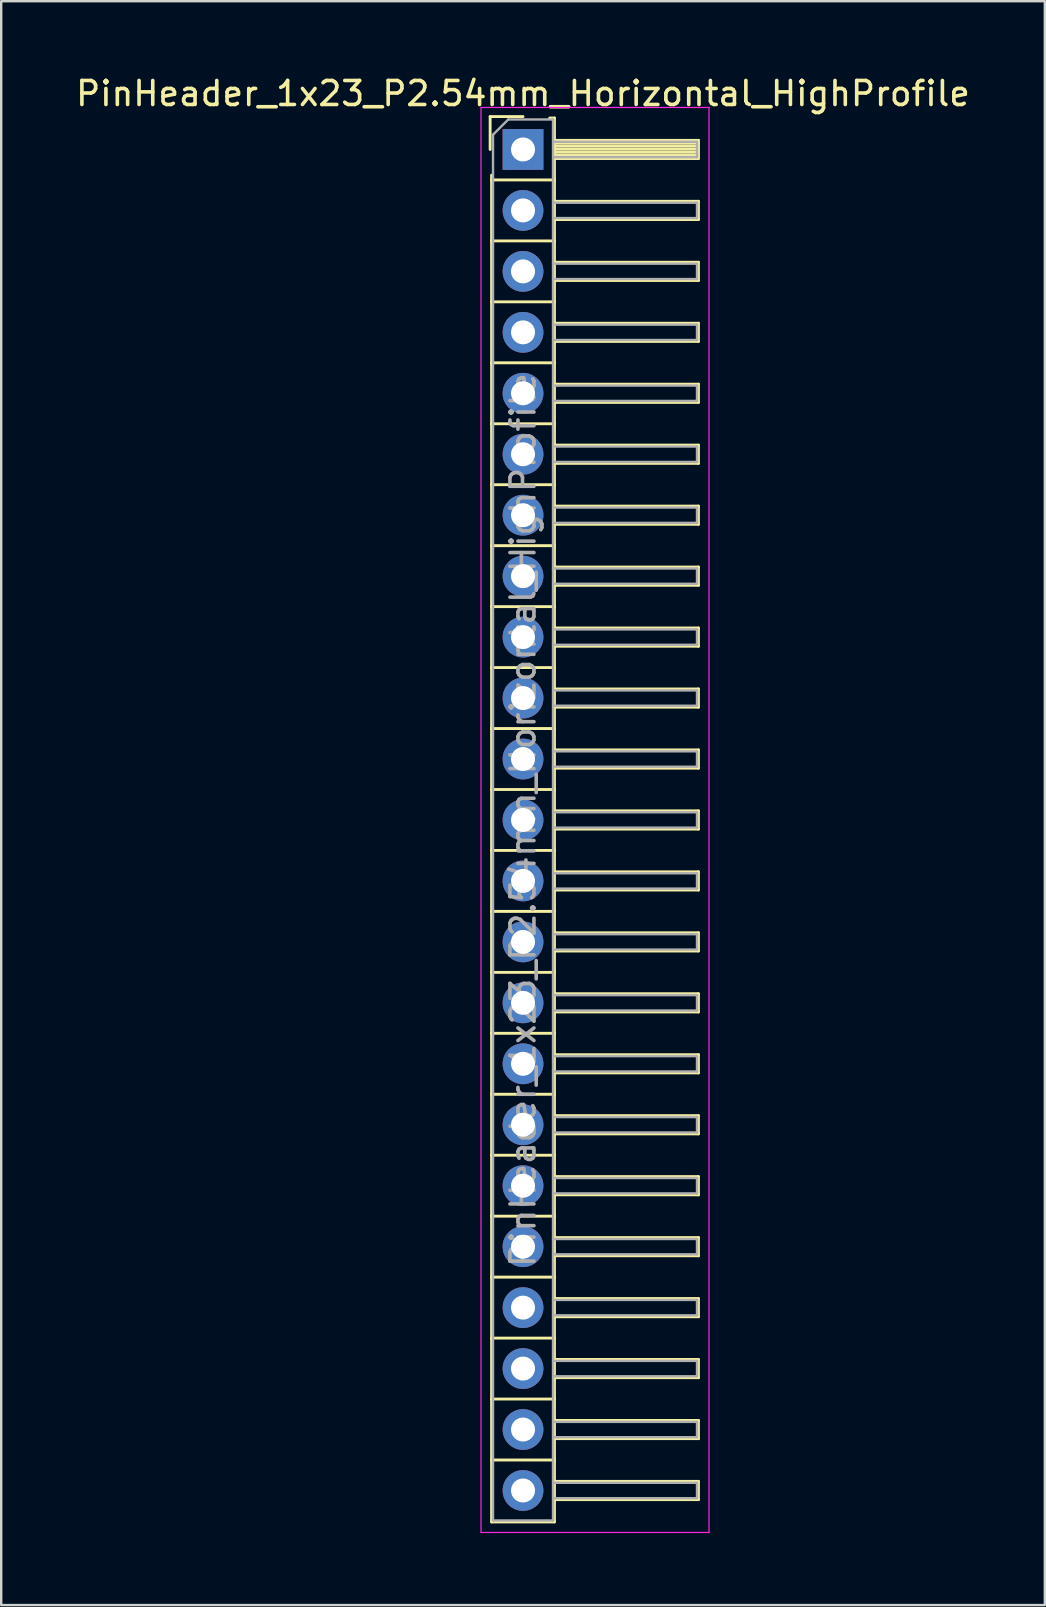
<source format=kicad_pcb>
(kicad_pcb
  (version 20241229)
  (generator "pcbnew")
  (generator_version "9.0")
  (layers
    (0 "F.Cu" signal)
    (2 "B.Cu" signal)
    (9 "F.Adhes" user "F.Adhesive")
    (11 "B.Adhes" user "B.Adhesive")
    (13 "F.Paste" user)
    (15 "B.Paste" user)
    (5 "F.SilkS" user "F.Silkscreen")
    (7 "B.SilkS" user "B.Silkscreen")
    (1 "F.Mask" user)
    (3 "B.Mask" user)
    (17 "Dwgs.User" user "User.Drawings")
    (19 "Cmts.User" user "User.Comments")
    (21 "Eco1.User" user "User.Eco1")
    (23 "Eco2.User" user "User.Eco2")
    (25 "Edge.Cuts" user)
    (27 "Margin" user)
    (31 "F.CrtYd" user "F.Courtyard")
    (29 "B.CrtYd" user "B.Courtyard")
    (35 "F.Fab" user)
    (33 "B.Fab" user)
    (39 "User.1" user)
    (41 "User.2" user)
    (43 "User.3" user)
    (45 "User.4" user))
  (footprint "PinHeader_1x23_P2.54mm_Horizontal_HighProfile"
    (layer "F.Cu")
    (at 18.744 3.178)
    (property "Reference" "PinHeader_1x23_P2.54mm_Horizontal_HighProfile" (at 0 -2.33 0) (layer "F.SilkS") (effects (font (size 1 1) (thickness 0.15))))
    (attr through_hole)
    (fp_line (start -1.37 -1.37) (end -1.37 0) (stroke (width 0.12) (type solid)) (layer "F.SilkS"))
    (fp_line (start -1.37 -1.37) (end 0 -1.37) (stroke (width 0.12) (type solid)) (layer "F.SilkS"))
    (fp_line (start -1.31 1.27) (end -1.31 1.07) (stroke (width 0.12) (type solid)) (layer "F.SilkS"))
    (fp_line (start -1.31 1.27) (end -1.31 3.81) (stroke (width 0.12) (type solid)) (layer "F.SilkS"))
    (fp_line (start -1.31 1.27) (end 1.31 1.27) (stroke (width 0.12) (type solid)) (layer "F.SilkS"))
    (fp_line (start -1.31 3.81) (end -1.31 6.35) (stroke (width 0.12) (type solid)) (layer "F.SilkS"))
    (fp_line (start -1.31 3.81) (end 1.31 3.81) (stroke (width 0.12) (type solid)) (layer "F.SilkS"))
    (fp_line (start -1.31 6.35) (end -1.31 8.89) (stroke (width 0.12) (type solid)) (layer "F.SilkS"))
    (fp_line (start -1.31 6.35) (end 1.31 6.35) (stroke (width 0.12) (type solid)) (layer "F.SilkS"))
    (fp_line (start -1.31 8.89) (end -1.31 11.43) (stroke (width 0.12) (type solid)) (layer "F.SilkS"))
    (fp_line (start -1.31 8.89) (end 1.31 8.89) (stroke (width 0.12) (type solid)) (layer "F.SilkS"))
    (fp_line (start -1.31 11.43) (end -1.31 13.97) (stroke (width 0.12) (type solid)) (layer "F.SilkS"))
    (fp_line (start -1.31 11.43) (end 1.31 11.43) (stroke (width 0.12) (type solid)) (layer "F.SilkS"))
    (fp_line (start -1.31 13.97) (end -1.31 16.51) (stroke (width 0.12) (type solid)) (layer "F.SilkS"))
    (fp_line (start -1.31 13.97) (end 1.31 13.97) (stroke (width 0.12) (type solid)) (layer "F.SilkS"))
    (fp_line (start -1.31 16.51) (end -1.31 19.05) (stroke (width 0.12) (type solid)) (layer "F.SilkS"))
    (fp_line (start -1.31 16.51) (end 1.31 16.51) (stroke (width 0.12) (type solid)) (layer "F.SilkS"))
    (fp_line (start -1.31 19.05) (end -1.31 21.59) (stroke (width 0.12) (type solid)) (layer "F.SilkS"))
    (fp_line (start -1.31 19.05) (end 1.31 19.05) (stroke (width 0.12) (type solid)) (layer "F.SilkS"))
    (fp_line (start -1.31 21.59) (end -1.31 24.13) (stroke (width 0.12) (type solid)) (layer "F.SilkS"))
    (fp_line (start -1.31 21.59) (end 1.31 21.59) (stroke (width 0.12) (type solid)) (layer "F.SilkS"))
    (fp_line (start -1.31 24.13) (end -1.31 26.67) (stroke (width 0.12) (type solid)) (layer "F.SilkS"))
    (fp_line (start -1.31 24.13) (end 1.31 24.13) (stroke (width 0.12) (type solid)) (layer "F.SilkS"))
    (fp_line (start -1.31 26.67) (end -1.31 29.21) (stroke (width 0.12) (type solid)) (layer "F.SilkS"))
    (fp_line (start -1.31 26.67) (end 1.31 26.67) (stroke (width 0.12) (type solid)) (layer "F.SilkS"))
    (fp_line (start -1.31 29.21) (end -1.31 31.75) (stroke (width 0.12) (type solid)) (layer "F.SilkS"))
    (fp_line (start -1.31 29.21) (end 1.31 29.21) (stroke (width 0.12) (type solid)) (layer "F.SilkS"))
    (fp_line (start -1.31 31.75) (end -1.31 34.29) (stroke (width 0.12) (type solid)) (layer "F.SilkS"))
    (fp_line (start -1.31 31.75) (end 1.31 31.75) (stroke (width 0.12) (type solid)) (layer "F.SilkS"))
    (fp_line (start -1.31 34.29) (end -1.31 36.83) (stroke (width 0.12) (type solid)) (layer "F.SilkS"))
    (fp_line (start -1.31 34.29) (end 1.31 34.29) (stroke (width 0.12) (type solid)) (layer "F.SilkS"))
    (fp_line (start -1.31 36.83) (end -1.31 39.37) (stroke (width 0.12) (type solid)) (layer "F.SilkS"))
    (fp_line (start -1.31 36.83) (end 1.31 36.83) (stroke (width 0.12) (type solid)) (layer "F.SilkS"))
    (fp_line (start -1.31 39.37) (end -1.31 41.91) (stroke (width 0.12) (type solid)) (layer "F.SilkS"))
    (fp_line (start -1.31 39.37) (end 1.31 39.37) (stroke (width 0.12) (type solid)) (layer "F.SilkS"))
    (fp_line (start -1.31 41.91) (end -1.31 44.45) (stroke (width 0.12) (type solid)) (layer "F.SilkS"))
    (fp_line (start -1.31 41.91) (end 1.31 41.91) (stroke (width 0.12) (type solid)) (layer "F.SilkS"))
    (fp_line (start -1.31 44.45) (end -1.31 46.99) (stroke (width 0.12) (type solid)) (layer "F.SilkS"))
    (fp_line (start -1.31 44.45) (end 1.31 44.45) (stroke (width 0.12) (type solid)) (layer "F.SilkS"))
    (fp_line (start -1.31 46.99) (end -1.31 49.53) (stroke (width 0.12) (type solid)) (layer "F.SilkS"))
    (fp_line (start -1.31 46.99) (end 1.31 46.99) (stroke (width 0.12) (type solid)) (layer "F.SilkS"))
    (fp_line (start -1.31 49.53) (end -1.31 52.07) (stroke (width 0.12) (type solid)) (layer "F.SilkS"))
    (fp_line (start -1.31 49.53) (end 1.31 49.53) (stroke (width 0.12) (type solid)) (layer "F.SilkS"))
    (fp_line (start -1.31 52.07) (end -1.31 54.61) (stroke (width 0.12) (type solid)) (layer "F.SilkS"))
    (fp_line (start -1.31 52.07) (end 1.31 52.07) (stroke (width 0.12) (type solid)) (layer "F.SilkS"))
    (fp_line (start -1.31 54.61) (end -1.31 57.19) (stroke (width 0.12) (type solid)) (layer "F.SilkS"))
    (fp_line (start -1.31 54.61) (end 1.31 54.61) (stroke (width 0.12) (type solid)) (layer "F.SilkS"))
    (fp_line (start -1.31 57.19) (end 1.31 57.19) (stroke (width 0.12) (type solid)) (layer "F.SilkS"))
    (fp_line (start 1.11 -1.31) (end 1.31 -1.31) (stroke (width 0.12) (type solid)) (layer "F.SilkS"))
    (fp_line (start 1.31 -1.31) (end 1.31 1.31) (stroke (width 0.12) (type solid)) (layer "F.SilkS"))
    (fp_line (start 1.31 -0.38) (end 7.31 -0.38) (stroke (width 0.12) (type solid)) (layer "F.SilkS"))
    (fp_line (start 1.31 -0.26) (end 7.31 -0.26) (stroke (width 0.12) (type solid)) (layer "F.SilkS"))
    (fp_line (start 1.31 -0.14) (end 7.31 -0.14) (stroke (width 0.12) (type solid)) (layer "F.SilkS"))
    (fp_line (start 1.31 -0.02) (end 7.31 -0.02) (stroke (width 0.12) (type solid)) (layer "F.SilkS"))
    (fp_line (start 1.31 0.1) (end 7.31 0.1) (stroke (width 0.12) (type solid)) (layer "F.SilkS"))
    (fp_line (start 1.31 0.22) (end 7.31 0.22) (stroke (width 0.12) (type solid)) (layer "F.SilkS"))
    (fp_line (start 1.31 0.34) (end 7.31 0.34) (stroke (width 0.12) (type solid)) (layer "F.SilkS"))
    (fp_line (start 1.31 0.38) (end 7.31 0.38) (stroke (width 0.12) (type solid)) (layer "F.SilkS"))
    (fp_line (start 1.31 1.27) (end 1.31 3.81) (stroke (width 0.12) (type solid)) (layer "F.SilkS"))
    (fp_line (start 1.31 2.16) (end 7.31 2.16) (stroke (width 0.12) (type solid)) (layer "F.SilkS"))
    (fp_line (start 1.31 2.92) (end 7.31 2.92) (stroke (width 0.12) (type solid)) (layer "F.SilkS"))
    (fp_line (start 1.31 3.81) (end 1.31 6.35) (stroke (width 0.12) (type solid)) (layer "F.SilkS"))
    (fp_line (start 1.31 4.7) (end 7.31 4.7) (stroke (width 0.12) (type solid)) (layer "F.SilkS"))
    (fp_line (start 1.31 5.46) (end 7.31 5.46) (stroke (width 0.12) (type solid)) (layer "F.SilkS"))
    (fp_line (start 1.31 6.35) (end 1.31 8.89) (stroke (width 0.12) (type solid)) (layer "F.SilkS"))
    (fp_line (start 1.31 7.24) (end 7.31 7.24) (stroke (width 0.12) (type solid)) (layer "F.SilkS"))
    (fp_line (start 1.31 8) (end 7.31 8) (stroke (width 0.12) (type solid)) (layer "F.SilkS"))
    (fp_line (start 1.31 8.89) (end 1.31 11.43) (stroke (width 0.12) (type solid)) (layer "F.SilkS"))
    (fp_line (start 1.31 9.78) (end 7.31 9.78) (stroke (width 0.12) (type solid)) (layer "F.SilkS"))
    (fp_line (start 1.31 10.54) (end 7.31 10.54) (stroke (width 0.12) (type solid)) (layer "F.SilkS"))
    (fp_line (start 1.31 11.43) (end 1.31 13.97) (stroke (width 0.12) (type solid)) (layer "F.SilkS"))
    (fp_line (start 1.31 12.32) (end 7.31 12.32) (stroke (width 0.12) (type solid)) (layer "F.SilkS"))
    (fp_line (start 1.31 13.08) (end 7.31 13.08) (stroke (width 0.12) (type solid)) (layer "F.SilkS"))
    (fp_line (start 1.31 13.97) (end 1.31 16.51) (stroke (width 0.12) (type solid)) (layer "F.SilkS"))
    (fp_line (start 1.31 14.86) (end 7.31 14.86) (stroke (width 0.12) (type solid)) (layer "F.SilkS"))
    (fp_line (start 1.31 15.62) (end 7.31 15.62) (stroke (width 0.12) (type solid)) (layer "F.SilkS"))
    (fp_line (start 1.31 16.51) (end 1.31 19.05) (stroke (width 0.12) (type solid)) (layer "F.SilkS"))
    (fp_line (start 1.31 17.4) (end 7.31 17.4) (stroke (width 0.12) (type solid)) (layer "F.SilkS"))
    (fp_line (start 1.31 18.16) (end 7.31 18.16) (stroke (width 0.12) (type solid)) (layer "F.SilkS"))
    (fp_line (start 1.31 19.05) (end 1.31 21.59) (stroke (width 0.12) (type solid)) (layer "F.SilkS"))
    (fp_line (start 1.31 19.94) (end 7.31 19.94) (stroke (width 0.12) (type solid)) (layer "F.SilkS"))
    (fp_line (start 1.31 20.7) (end 7.31 20.7) (stroke (width 0.12) (type solid)) (layer "F.SilkS"))
    (fp_line (start 1.31 21.59) (end 1.31 24.13) (stroke (width 0.12) (type solid)) (layer "F.SilkS"))
    (fp_line (start 1.31 22.48) (end 7.31 22.48) (stroke (width 0.12) (type solid)) (layer "F.SilkS"))
    (fp_line (start 1.31 23.24) (end 7.31 23.24) (stroke (width 0.12) (type solid)) (layer "F.SilkS"))
    (fp_line (start 1.31 24.13) (end 1.31 26.67) (stroke (width 0.12) (type solid)) (layer "F.SilkS"))
    (fp_line (start 1.31 25.02) (end 7.31 25.02) (stroke (width 0.12) (type solid)) (layer "F.SilkS"))
    (fp_line (start 1.31 25.78) (end 7.31 25.78) (stroke (width 0.12) (type solid)) (layer "F.SilkS"))
    (fp_line (start 1.31 26.67) (end 1.31 29.21) (stroke (width 0.12) (type solid)) (layer "F.SilkS"))
    (fp_line (start 1.31 27.56) (end 7.31 27.56) (stroke (width 0.12) (type solid)) (layer "F.SilkS"))
    (fp_line (start 1.31 28.32) (end 7.31 28.32) (stroke (width 0.12) (type solid)) (layer "F.SilkS"))
    (fp_line (start 1.31 29.21) (end 1.31 31.75) (stroke (width 0.12) (type solid)) (layer "F.SilkS"))
    (fp_line (start 1.31 30.1) (end 7.31 30.1) (stroke (width 0.12) (type solid)) (layer "F.SilkS"))
    (fp_line (start 1.31 30.86) (end 7.31 30.86) (stroke (width 0.12) (type solid)) (layer "F.SilkS"))
    (fp_line (start 1.31 31.75) (end 1.31 34.29) (stroke (width 0.12) (type solid)) (layer "F.SilkS"))
    (fp_line (start 1.31 32.64) (end 7.31 32.64) (stroke (width 0.12) (type solid)) (layer "F.SilkS"))
    (fp_line (start 1.31 33.4) (end 7.31 33.4) (stroke (width 0.12) (type solid)) (layer "F.SilkS"))
    (fp_line (start 1.31 34.29) (end 1.31 36.83) (stroke (width 0.12) (type solid)) (layer "F.SilkS"))
    (fp_line (start 1.31 35.18) (end 7.31 35.18) (stroke (width 0.12) (type solid)) (layer "F.SilkS"))
    (fp_line (start 1.31 35.94) (end 7.31 35.94) (stroke (width 0.12) (type solid)) (layer "F.SilkS"))
    (fp_line (start 1.31 36.83) (end 1.31 39.37) (stroke (width 0.12) (type solid)) (layer "F.SilkS"))
    (fp_line (start 1.31 37.72) (end 7.31 37.72) (stroke (width 0.12) (type solid)) (layer "F.SilkS"))
    (fp_line (start 1.31 38.48) (end 7.31 38.48) (stroke (width 0.12) (type solid)) (layer "F.SilkS"))
    (fp_line (start 1.31 39.37) (end 1.31 41.91) (stroke (width 0.12) (type solid)) (layer "F.SilkS"))
    (fp_line (start 1.31 40.26) (end 7.31 40.26) (stroke (width 0.12) (type solid)) (layer "F.SilkS"))
    (fp_line (start 1.31 41.02) (end 7.31 41.02) (stroke (width 0.12) (type solid)) (layer "F.SilkS"))
    (fp_line (start 1.31 41.91) (end 1.31 44.45) (stroke (width 0.12) (type solid)) (layer "F.SilkS"))
    (fp_line (start 1.31 42.8) (end 7.31 42.8) (stroke (width 0.12) (type solid)) (layer "F.SilkS"))
    (fp_line (start 1.31 43.56) (end 7.31 43.56) (stroke (width 0.12) (type solid)) (layer "F.SilkS"))
    (fp_line (start 1.31 44.45) (end 1.31 46.99) (stroke (width 0.12) (type solid)) (layer "F.SilkS"))
    (fp_line (start 1.31 45.34) (end 7.31 45.34) (stroke (width 0.12) (type solid)) (layer "F.SilkS"))
    (fp_line (start 1.31 46.1) (end 7.31 46.1) (stroke (width 0.12) (type solid)) (layer "F.SilkS"))
    (fp_line (start 1.31 46.99) (end 1.31 49.53) (stroke (width 0.12) (type solid)) (layer "F.SilkS"))
    (fp_line (start 1.31 47.88) (end 7.31 47.88) (stroke (width 0.12) (type solid)) (layer "F.SilkS"))
    (fp_line (start 1.31 48.64) (end 7.31 48.64) (stroke (width 0.12) (type solid)) (layer "F.SilkS"))
    (fp_line (start 1.31 49.53) (end 1.31 52.07) (stroke (width 0.12) (type solid)) (layer "F.SilkS"))
    (fp_line (start 1.31 50.42) (end 7.31 50.42) (stroke (width 0.12) (type solid)) (layer "F.SilkS"))
    (fp_line (start 1.31 51.18) (end 7.31 51.18) (stroke (width 0.12) (type solid)) (layer "F.SilkS"))
    (fp_line (start 1.31 52.07) (end 1.31 54.61) (stroke (width 0.12) (type solid)) (layer "F.SilkS"))
    (fp_line (start 1.31 52.96) (end 7.31 52.96) (stroke (width 0.12) (type solid)) (layer "F.SilkS"))
    (fp_line (start 1.31 53.72) (end 7.31 53.72) (stroke (width 0.12) (type solid)) (layer "F.SilkS"))
    (fp_line (start 1.31 54.61) (end 1.31 57.19) (stroke (width 0.12) (type solid)) (layer "F.SilkS"))
    (fp_line (start 1.31 55.5) (end 7.31 55.5) (stroke (width 0.12) (type solid)) (layer "F.SilkS"))
    (fp_line (start 1.31 56.26) (end 7.31 56.26) (stroke (width 0.12) (type solid)) (layer "F.SilkS"))
    (fp_line (start 7.31 -0.38) (end 7.31 0.38) (stroke (width 0.12) (type solid)) (layer "F.SilkS"))
    (fp_line (start 7.31 2.16) (end 7.31 2.92) (stroke (width 0.12) (type solid)) (layer "F.SilkS"))
    (fp_line (start 7.31 4.7) (end 7.31 5.46) (stroke (width 0.12) (type solid)) (layer "F.SilkS"))
    (fp_line (start 7.31 7.24) (end 7.31 8) (stroke (width 0.12) (type solid)) (layer "F.SilkS"))
    (fp_line (start 7.31 9.78) (end 7.31 10.54) (stroke (width 0.12) (type solid)) (layer "F.SilkS"))
    (fp_line (start 7.31 12.32) (end 7.31 13.08) (stroke (width 0.12) (type solid)) (layer "F.SilkS"))
    (fp_line (start 7.31 14.86) (end 7.31 15.62) (stroke (width 0.12) (type solid)) (layer "F.SilkS"))
    (fp_line (start 7.31 17.4) (end 7.31 18.16) (stroke (width 0.12) (type solid)) (layer "F.SilkS"))
    (fp_line (start 7.31 19.94) (end 7.31 20.7) (stroke (width 0.12) (type solid)) (layer "F.SilkS"))
    (fp_line (start 7.31 22.48) (end 7.31 23.24) (stroke (width 0.12) (type solid)) (layer "F.SilkS"))
    (fp_line (start 7.31 25.02) (end 7.31 25.78) (stroke (width 0.12) (type solid)) (layer "F.SilkS"))
    (fp_line (start 7.31 27.56) (end 7.31 28.32) (stroke (width 0.12) (type solid)) (layer "F.SilkS"))
    (fp_line (start 7.31 30.1) (end 7.31 30.86) (stroke (width 0.12) (type solid)) (layer "F.SilkS"))
    (fp_line (start 7.31 32.64) (end 7.31 33.4) (stroke (width 0.12) (type solid)) (layer "F.SilkS"))
    (fp_line (start 7.31 35.18) (end 7.31 35.94) (stroke (width 0.12) (type solid)) (layer "F.SilkS"))
    (fp_line (start 7.31 37.72) (end 7.31 38.48) (stroke (width 0.12) (type solid)) (layer "F.SilkS"))
    (fp_line (start 7.31 40.26) (end 7.31 41.02) (stroke (width 0.12) (type solid)) (layer "F.SilkS"))
    (fp_line (start 7.31 42.8) (end 7.31 43.56) (stroke (width 0.12) (type solid)) (layer "F.SilkS"))
    (fp_line (start 7.31 45.34) (end 7.31 46.1) (stroke (width 0.12) (type solid)) (layer "F.SilkS"))
    (fp_line (start 7.31 47.88) (end 7.31 48.64) (stroke (width 0.12) (type solid)) (layer "F.SilkS"))
    (fp_line (start 7.31 50.42) (end 7.31 51.18) (stroke (width 0.12) (type solid)) (layer "F.SilkS"))
    (fp_line (start 7.31 52.96) (end 7.31 53.72) (stroke (width 0.12) (type solid)) (layer "F.SilkS"))
    (fp_line (start 7.31 55.5) (end 7.31 56.26) (stroke (width 0.12) (type solid)) (layer "F.SilkS"))
    (fp_line (start -1.75 -1.75) (end -1.75 57.63) (stroke (width 0.05) (type solid)) (layer "F.CrtYd"))
    (fp_line (start -1.75 -1.75) (end 7.75 -1.75) (stroke (width 0.05) (type solid)) (layer "F.CrtYd"))
    (fp_line (start -1.75 57.63) (end 7.75 57.63) (stroke (width 0.05) (type solid)) (layer "F.CrtYd"))
    (fp_line (start 7.75 -1.75) (end 7.75 57.63) (stroke (width 0.05) (type solid)) (layer "F.CrtYd"))
    (fp_line (start -1.25 -0.615) (end -1.25 57.13) (stroke (width 0.1) (type solid)) (layer "F.Fab"))
    (fp_line (start -1.25 -0.615) (end -0.615 -1.25) (stroke (width 0.1) (type solid)) (layer "F.Fab"))
    (fp_line (start -1.25 57.13) (end 1.25 57.13) (stroke (width 0.1) (type solid)) (layer "F.Fab"))
    (fp_line (start -0.615 -1.25) (end 1.25 -1.25) (stroke (width 0.1) (type solid)) (layer "F.Fab"))
    (fp_line (start 1.25 -1.25) (end 1.25 57.13) (stroke (width 0.1) (type solid)) (layer "F.Fab"))
    (fp_line (start 1.25 -0.32) (end 7.25 -0.32) (stroke (width 0.1) (type solid)) (layer "F.Fab"))
    (fp_line (start 1.25 0.32) (end 7.25 0.32) (stroke (width 0.1) (type solid)) (layer "F.Fab"))
    (fp_line (start 1.25 2.22) (end 7.25 2.22) (stroke (width 0.1) (type solid)) (layer "F.Fab"))
    (fp_line (start 1.25 2.86) (end 7.25 2.86) (stroke (width 0.1) (type solid)) (layer "F.Fab"))
    (fp_line (start 1.25 4.76) (end 7.25 4.76) (stroke (width 0.1) (type solid)) (layer "F.Fab"))
    (fp_line (start 1.25 5.4) (end 7.25 5.4) (stroke (width 0.1) (type solid)) (layer "F.Fab"))
    (fp_line (start 1.25 7.3) (end 7.25 7.3) (stroke (width 0.1) (type solid)) (layer "F.Fab"))
    (fp_line (start 1.25 7.94) (end 7.25 7.94) (stroke (width 0.1) (type solid)) (layer "F.Fab"))
    (fp_line (start 1.25 9.84) (end 7.25 9.84) (stroke (width 0.1) (type solid)) (layer "F.Fab"))
    (fp_line (start 1.25 10.48) (end 7.25 10.48) (stroke (width 0.1) (type solid)) (layer "F.Fab"))
    (fp_line (start 1.25 12.38) (end 7.25 12.38) (stroke (width 0.1) (type solid)) (layer "F.Fab"))
    (fp_line (start 1.25 13.02) (end 7.25 13.02) (stroke (width 0.1) (type solid)) (layer "F.Fab"))
    (fp_line (start 1.25 14.92) (end 7.25 14.92) (stroke (width 0.1) (type solid)) (layer "F.Fab"))
    (fp_line (start 1.25 15.56) (end 7.25 15.56) (stroke (width 0.1) (type solid)) (layer "F.Fab"))
    (fp_line (start 1.25 17.46) (end 7.25 17.46) (stroke (width 0.1) (type solid)) (layer "F.Fab"))
    (fp_line (start 1.25 18.1) (end 7.25 18.1) (stroke (width 0.1) (type solid)) (layer "F.Fab"))
    (fp_line (start 1.25 20) (end 7.25 20) (stroke (width 0.1) (type solid)) (layer "F.Fab"))
    (fp_line (start 1.25 20.64) (end 7.25 20.64) (stroke (width 0.1) (type solid)) (layer "F.Fab"))
    (fp_line (start 1.25 22.54) (end 7.25 22.54) (stroke (width 0.1) (type solid)) (layer "F.Fab"))
    (fp_line (start 1.25 23.18) (end 7.25 23.18) (stroke (width 0.1) (type solid)) (layer "F.Fab"))
    (fp_line (start 1.25 25.08) (end 7.25 25.08) (stroke (width 0.1) (type solid)) (layer "F.Fab"))
    (fp_line (start 1.25 25.72) (end 7.25 25.72) (stroke (width 0.1) (type solid)) (layer "F.Fab"))
    (fp_line (start 1.25 27.62) (end 7.25 27.62) (stroke (width 0.1) (type solid)) (layer "F.Fab"))
    (fp_line (start 1.25 28.26) (end 7.25 28.26) (stroke (width 0.1) (type solid)) (layer "F.Fab"))
    (fp_line (start 1.25 30.16) (end 7.25 30.16) (stroke (width 0.1) (type solid)) (layer "F.Fab"))
    (fp_line (start 1.25 30.8) (end 7.25 30.8) (stroke (width 0.1) (type solid)) (layer "F.Fab"))
    (fp_line (start 1.25 32.7) (end 7.25 32.7) (stroke (width 0.1) (type solid)) (layer "F.Fab"))
    (fp_line (start 1.25 33.34) (end 7.25 33.34) (stroke (width 0.1) (type solid)) (layer "F.Fab"))
    (fp_line (start 1.25 35.24) (end 7.25 35.24) (stroke (width 0.1) (type solid)) (layer "F.Fab"))
    (fp_line (start 1.25 35.88) (end 7.25 35.88) (stroke (width 0.1) (type solid)) (layer "F.Fab"))
    (fp_line (start 1.25 37.78) (end 7.25 37.78) (stroke (width 0.1) (type solid)) (layer "F.Fab"))
    (fp_line (start 1.25 38.42) (end 7.25 38.42) (stroke (width 0.1) (type solid)) (layer "F.Fab"))
    (fp_line (start 1.25 40.32) (end 7.25 40.32) (stroke (width 0.1) (type solid)) (layer "F.Fab"))
    (fp_line (start 1.25 40.96) (end 7.25 40.96) (stroke (width 0.1) (type solid)) (layer "F.Fab"))
    (fp_line (start 1.25 42.86) (end 7.25 42.86) (stroke (width 0.1) (type solid)) (layer "F.Fab"))
    (fp_line (start 1.25 43.5) (end 7.25 43.5) (stroke (width 0.1) (type solid)) (layer "F.Fab"))
    (fp_line (start 1.25 45.4) (end 7.25 45.4) (stroke (width 0.1) (type solid)) (layer "F.Fab"))
    (fp_line (start 1.25 46.04) (end 7.25 46.04) (stroke (width 0.1) (type solid)) (layer "F.Fab"))
    (fp_line (start 1.25 47.94) (end 7.25 47.94) (stroke (width 0.1) (type solid)) (layer "F.Fab"))
    (fp_line (start 1.25 48.58) (end 7.25 48.58) (stroke (width 0.1) (type solid)) (layer "F.Fab"))
    (fp_line (start 1.25 50.48) (end 7.25 50.48) (stroke (width 0.1) (type solid)) (layer "F.Fab"))
    (fp_line (start 1.25 51.12) (end 7.25 51.12) (stroke (width 0.1) (type solid)) (layer "F.Fab"))
    (fp_line (start 1.25 53.02) (end 7.25 53.02) (stroke (width 0.1) (type solid)) (layer "F.Fab"))
    (fp_line (start 1.25 53.66) (end 7.25 53.66) (stroke (width 0.1) (type solid)) (layer "F.Fab"))
    (fp_line (start 1.25 55.56) (end 7.25 55.56) (stroke (width 0.1) (type solid)) (layer "F.Fab"))
    (fp_line (start 1.25 56.2) (end 7.25 56.2) (stroke (width 0.1) (type solid)) (layer "F.Fab"))
    (fp_line (start 7.25 -0.32) (end 7.25 0.32) (stroke (width 0.1) (type solid)) (layer "F.Fab"))
    (fp_line (start 7.25 2.22) (end 7.25 2.86) (stroke (width 0.1) (type solid)) (layer "F.Fab"))
    (fp_line (start 7.25 4.76) (end 7.25 5.4) (stroke (width 0.1) (type solid)) (layer "F.Fab"))
    (fp_line (start 7.25 7.3) (end 7.25 7.94) (stroke (width 0.1) (type solid)) (layer "F.Fab"))
    (fp_line (start 7.25 9.84) (end 7.25 10.48) (stroke (width 0.1) (type solid)) (layer "F.Fab"))
    (fp_line (start 7.25 12.38) (end 7.25 13.02) (stroke (width 0.1) (type solid)) (layer "F.Fab"))
    (fp_line (start 7.25 14.92) (end 7.25 15.56) (stroke (width 0.1) (type solid)) (layer "F.Fab"))
    (fp_line (start 7.25 17.46) (end 7.25 18.1) (stroke (width 0.1) (type solid)) (layer "F.Fab"))
    (fp_line (start 7.25 20) (end 7.25 20.64) (stroke (width 0.1) (type solid)) (layer "F.Fab"))
    (fp_line (start 7.25 22.54) (end 7.25 23.18) (stroke (width 0.1) (type solid)) (layer "F.Fab"))
    (fp_line (start 7.25 25.08) (end 7.25 25.72) (stroke (width 0.1) (type solid)) (layer "F.Fab"))
    (fp_line (start 7.25 27.62) (end 7.25 28.26) (stroke (width 0.1) (type solid)) (layer "F.Fab"))
    (fp_line (start 7.25 30.16) (end 7.25 30.8) (stroke (width 0.1) (type solid)) (layer "F.Fab"))
    (fp_line (start 7.25 32.7) (end 7.25 33.34) (stroke (width 0.1) (type solid)) (layer "F.Fab"))
    (fp_line (start 7.25 35.24) (end 7.25 35.88) (stroke (width 0.1) (type solid)) (layer "F.Fab"))
    (fp_line (start 7.25 37.78) (end 7.25 38.42) (stroke (width 0.1) (type solid)) (layer "F.Fab"))
    (fp_line (start 7.25 40.32) (end 7.25 40.96) (stroke (width 0.1) (type solid)) (layer "F.Fab"))
    (fp_line (start 7.25 42.86) (end 7.25 43.5) (stroke (width 0.1) (type solid)) (layer "F.Fab"))
    (fp_line (start 7.25 45.4) (end 7.25 46.04) (stroke (width 0.1) (type solid)) (layer "F.Fab"))
    (fp_line (start 7.25 47.94) (end 7.25 48.58) (stroke (width 0.1) (type solid)) (layer "F.Fab"))
    (fp_line (start 7.25 50.48) (end 7.25 51.12) (stroke (width 0.1) (type solid)) (layer "F.Fab"))
    (fp_line (start 7.25 53.02) (end 7.25 53.66) (stroke (width 0.1) (type solid)) (layer "F.Fab"))
    (fp_line (start 7.25 55.56) (end 7.25 56.2) (stroke (width 0.1) (type solid)) (layer "F.Fab"))
    (fp_text user "${REFERENCE}" (at 0 27.94 90) (layer "F.Fab") (effects (font (size 1 1) (thickness 0.15))))
    (pad "1" thru_hole rect (at 0 0) (size 1.7 1.7) (drill 1) (layers "*.Cu" "*.Mask"))
    (pad "2" thru_hole oval (at 0 2.54) (size 1.7 1.7) (drill 1) (layers "*.Cu" "*.Mask"))
    (pad "3" thru_hole oval (at 0 5.08) (size 1.7 1.7) (drill 1) (layers "*.Cu" "*.Mask"))
    (pad "4" thru_hole oval (at 0 7.62) (size 1.7 1.7) (drill 1) (layers "*.Cu" "*.Mask"))
    (pad "5" thru_hole oval (at 0 10.16) (size 1.7 1.7) (drill 1) (layers "*.Cu" "*.Mask"))
    (pad "6" thru_hole oval (at 0 12.7) (size 1.7 1.7) (drill 1) (layers "*.Cu" "*.Mask"))
    (pad "7" thru_hole oval (at 0 15.24) (size 1.7 1.7) (drill 1) (layers "*.Cu" "*.Mask"))
    (pad "8" thru_hole oval (at 0 17.78) (size 1.7 1.7) (drill 1) (layers "*.Cu" "*.Mask"))
    (pad "9" thru_hole oval (at 0 20.32) (size 1.7 1.7) (drill 1) (layers "*.Cu" "*.Mask"))
    (pad "10" thru_hole oval (at 0 22.86) (size 1.7 1.7) (drill 1) (layers "*.Cu" "*.Mask"))
    (pad "11" thru_hole oval (at 0 25.4) (size 1.7 1.7) (drill 1) (layers "*.Cu" "*.Mask"))
    (pad "12" thru_hole oval (at 0 27.94) (size 1.7 1.7) (drill 1) (layers "*.Cu" "*.Mask"))
    (pad "13" thru_hole oval (at 0 30.48) (size 1.7 1.7) (drill 1) (layers "*.Cu" "*.Mask"))
    (pad "14" thru_hole oval (at 0 33.02) (size 1.7 1.7) (drill 1) (layers "*.Cu" "*.Mask"))
    (pad "15" thru_hole oval (at 0 35.56) (size 1.7 1.7) (drill 1) (layers "*.Cu" "*.Mask"))
    (pad "16" thru_hole oval (at 0 38.1) (size 1.7 1.7) (drill 1) (layers "*.Cu" "*.Mask"))
    (pad "17" thru_hole oval (at 0 40.64) (size 1.7 1.7) (drill 1) (layers "*.Cu" "*.Mask"))
    (pad "18" thru_hole oval (at 0 43.18) (size 1.7 1.7) (drill 1) (layers "*.Cu" "*.Mask"))
    (pad "19" thru_hole oval (at 0 45.72) (size 1.7 1.7) (drill 1) (layers "*.Cu" "*.Mask"))
    (pad "20" thru_hole oval (at 0 48.26) (size 1.7 1.7) (drill 1) (layers "*.Cu" "*.Mask"))
    (pad "21" thru_hole oval (at 0 50.8) (size 1.7 1.7) (drill 1) (layers "*.Cu" "*.Mask"))
    (pad "22" thru_hole oval (at 0 53.34) (size 1.7 1.7) (drill 1) (layers "*.Cu" "*.Mask"))
    (pad "23" thru_hole oval (at 0 55.88) (size 1.7 1.7) (drill 1) (layers "*.Cu" "*.Mask")))
  (gr_rect
    (start -3 -3)
    (end 40.488 63.833)
    (stroke (width 0.1) (type default))
    (fill no)
    (layer "Edge.Cuts")))
</source>
